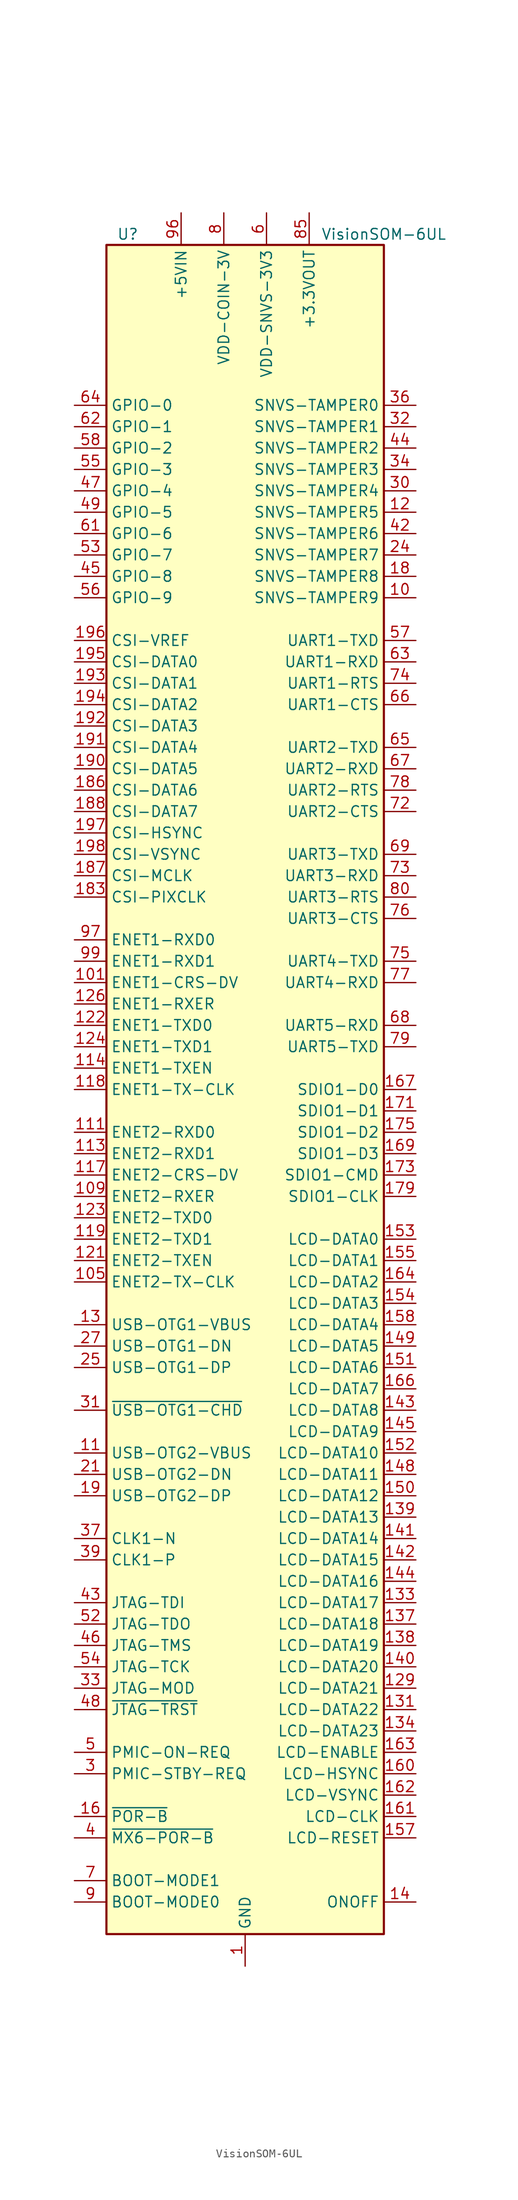
<source format=kicad_sym>
(kicad_symbol_lib
  (version 20200908)
  (generator kicad_symbol_editor)
  (symbol "MCU_Module:VisionSOM-6UL"
    (property "Reference" "U"
      (at -13.97 101.6 0)
      (effects (font (size 1.27 1.27))))
    (property "Value" "VisionSOM-6UL"
      (at 16.51 101.6 0)
      (effects (font (size 1.27 1.27))))
    (symbol "VisionSOM-6UL_0_1"
      (rectangle (start -16.51 100.33) (end 16.51 -100.33) (stroke (width 0.254)) (fill (type background))))
    (symbol "VisionSOM-6UL_1_1"
      (pin power_in line (at 0 -104.14 90) (length 3.81) (name "GND" (effects (font (size 1.27 1.27)))) (number "1" (effects (font (size 1.27 1.27)))))
      (pin bidirectional line (at 20.32 58.42 180) (length 3.81) (name "SNVS-TAMPER9" (effects (font (size 1.27 1.27)))) (number "10" (effects (font (size 1.27 1.27)))))
      (pin passive line (at -7.62 104.14 270) (length 3.81) hide (name "+5VIN" (effects (font (size 1.27 1.27)))) (number "100" (effects (font (size 1.27 1.27)))))
      (pin bidirectional line (at -20.32 12.7 0) (length 3.81) (name "ENET1-CRS-DV" (effects (font (size 1.27 1.27)))) (number "101" (effects (font (size 1.27 1.27)))))
      (pin passive line (at -7.62 104.14 270) (length 3.81) hide (name "+5VIN" (effects (font (size 1.27 1.27)))) (number "102" (effects (font (size 1.27 1.27)))))
      (pin passive line (at 0 -104.14 90) (length 3.81) hide (name "GND" (effects (font (size 1.27 1.27)))) (number "103" (effects (font (size 1.27 1.27)))))
      (pin passive line (at -7.62 104.14 270) (length 3.81) hide (name "+5VIN" (effects (font (size 1.27 1.27)))) (number "104" (effects (font (size 1.27 1.27)))))
      (pin bidirectional line (at -20.32 -22.86 0) (length 3.81) (name "ENET2-TX-CLK" (effects (font (size 1.27 1.27)))) (number "105" (effects (font (size 1.27 1.27)))))
      (pin passive line (at -7.62 104.14 270) (length 3.81) hide (name "+5VIN" (effects (font (size 1.27 1.27)))) (number "106" (effects (font (size 1.27 1.27)))))
      (pin passive line (at 0 -104.14 90) (length 3.81) hide (name "GND" (effects (font (size 1.27 1.27)))) (number "107" (effects (font (size 1.27 1.27)))))
      (pin passive line (at -7.62 104.14 270) (length 3.81) hide (name "+5VIN" (effects (font (size 1.27 1.27)))) (number "108" (effects (font (size 1.27 1.27)))))
      (pin bidirectional line (at -20.32 -12.7 0) (length 3.81) (name "ENET2-RXER" (effects (font (size 1.27 1.27)))) (number "109" (effects (font (size 1.27 1.27)))))
      (pin input line (at -20.32 -43.18 0) (length 3.81) (name "USB-OTG2-VBUS" (effects (font (size 1.27 1.27)))) (number "11" (effects (font (size 1.27 1.27)))))
      (pin passive line (at -7.62 104.14 270) (length 3.81) hide (name "+5VIN" (effects (font (size 1.27 1.27)))) (number "110" (effects (font (size 1.27 1.27)))))
      (pin bidirectional line (at -20.32 -5.08 0) (length 3.81) (name "ENET2-RXD0" (effects (font (size 1.27 1.27)))) (number "111" (effects (font (size 1.27 1.27)))))
      (pin passive line (at -7.62 104.14 270) (length 3.81) hide (name "+5VIN" (effects (font (size 1.27 1.27)))) (number "112" (effects (font (size 1.27 1.27)))))
      (pin bidirectional line (at -20.32 -7.62 0) (length 3.81) (name "ENET2-RXD1" (effects (font (size 1.27 1.27)))) (number "113" (effects (font (size 1.27 1.27)))))
      (pin bidirectional line (at -20.32 2.54 0) (length 3.81) (name "ENET1-TXEN" (effects (font (size 1.27 1.27)))) (number "114" (effects (font (size 1.27 1.27)))))
      (pin passive line (at 0 -104.14 90) (length 3.81) hide (name "GND" (effects (font (size 1.27 1.27)))) (number "115" (effects (font (size 1.27 1.27)))))
      (pin passive line (at 0 -104.14 90) (length 3.81) hide (name "GND" (effects (font (size 1.27 1.27)))) (number "116" (effects (font (size 1.27 1.27)))))
      (pin bidirectional line (at -20.32 -10.16 0) (length 3.81) (name "ENET2-CRS-DV" (effects (font (size 1.27 1.27)))) (number "117" (effects (font (size 1.27 1.27)))))
      (pin bidirectional line (at -20.32 0 0) (length 3.81) (name "ENET1-TX-CLK" (effects (font (size 1.27 1.27)))) (number "118" (effects (font (size 1.27 1.27)))))
      (pin bidirectional line (at -20.32 -17.78 0) (length 3.81) (name "ENET2-TXD1" (effects (font (size 1.27 1.27)))) (number "119" (effects (font (size 1.27 1.27)))))
      (pin bidirectional line (at 20.32 68.58 180) (length 3.81) (name "SNVS-TAMPER5" (effects (font (size 1.27 1.27)))) (number "12" (effects (font (size 1.27 1.27)))))
      (pin passive line (at 0 -104.14 90) (length 3.81) hide (name "GND" (effects (font (size 1.27 1.27)))) (number "120" (effects (font (size 1.27 1.27)))))
      (pin bidirectional line (at -20.32 -20.32 0) (length 3.81) (name "ENET2-TXEN" (effects (font (size 1.27 1.27)))) (number "121" (effects (font (size 1.27 1.27)))))
      (pin bidirectional line (at -20.32 7.62 0) (length 3.81) (name "ENET1-TXD0" (effects (font (size 1.27 1.27)))) (number "122" (effects (font (size 1.27 1.27)))))
      (pin bidirectional line (at -20.32 -15.24 0) (length 3.81) (name "ENET2-TXD0" (effects (font (size 1.27 1.27)))) (number "123" (effects (font (size 1.27 1.27)))))
      (pin bidirectional line (at -20.32 5.08 0) (length 3.81) (name "ENET1-TXD1" (effects (font (size 1.27 1.27)))) (number "124" (effects (font (size 1.27 1.27)))))
      (pin passive line (at 0 -104.14 90) (length 3.81) hide (name "GND" (effects (font (size 1.27 1.27)))) (number "125" (effects (font (size 1.27 1.27)))))
      (pin bidirectional line (at -20.32 10.16 0) (length 3.81) (name "ENET1-RXER" (effects (font (size 1.27 1.27)))) (number "126" (effects (font (size 1.27 1.27)))))
      (pin passive line (at 0 -104.14 90) (length 3.81) hide (name "GND" (effects (font (size 1.27 1.27)))) (number "127" (effects (font (size 1.27 1.27)))))
      (pin passive line (at 0 -104.14 90) (length 3.81) hide (name "GND" (effects (font (size 1.27 1.27)))) (number "128" (effects (font (size 1.27 1.27)))))
      (pin bidirectional line (at 20.32 -71.12 180) (length 3.81) (name "LCD-DATA21" (effects (font (size 1.27 1.27)))) (number "129" (effects (font (size 1.27 1.27)))))
      (pin input line (at -20.32 -27.94 0) (length 3.81) (name "USB-OTG1-VBUS" (effects (font (size 1.27 1.27)))) (number "13" (effects (font (size 1.27 1.27)))))
      (pin passive line (at 0 -104.14 90) (length 3.81) hide (name "GND" (effects (font (size 1.27 1.27)))) (number "130" (effects (font (size 1.27 1.27)))))
      (pin bidirectional line (at 20.32 -73.66 180) (length 3.81) (name "LCD-DATA22" (effects (font (size 1.27 1.27)))) (number "131" (effects (font (size 1.27 1.27)))))
      (pin passive line (at 0 -104.14 90) (length 3.81) hide (name "GND" (effects (font (size 1.27 1.27)))) (number "132" (effects (font (size 1.27 1.27)))))
      (pin bidirectional line (at 20.32 -60.96 180) (length 3.81) (name "LCD-DATA17" (effects (font (size 1.27 1.27)))) (number "133" (effects (font (size 1.27 1.27)))))
      (pin bidirectional line (at 20.32 -76.2 180) (length 3.81) (name "LCD-DATA23" (effects (font (size 1.27 1.27)))) (number "134" (effects (font (size 1.27 1.27)))))
      (pin passive line (at 0 -104.14 90) (length 3.81) hide (name "GND" (effects (font (size 1.27 1.27)))) (number "135" (effects (font (size 1.27 1.27)))))
      (pin passive line (at 0 -104.14 90) (length 3.81) hide (name "GND" (effects (font (size 1.27 1.27)))) (number "136" (effects (font (size 1.27 1.27)))))
      (pin bidirectional line (at 20.32 -63.5 180) (length 3.81) (name "LCD-DATA18" (effects (font (size 1.27 1.27)))) (number "137" (effects (font (size 1.27 1.27)))))
      (pin bidirectional line (at 20.32 -66.04 180) (length 3.81) (name "LCD-DATA19" (effects (font (size 1.27 1.27)))) (number "138" (effects (font (size 1.27 1.27)))))
      (pin bidirectional line (at 20.32 -50.8 180) (length 3.81) (name "LCD-DATA13" (effects (font (size 1.27 1.27)))) (number "139" (effects (font (size 1.27 1.27)))))
      (pin input line (at 20.32 -96.52 180) (length 3.81) (name "ONOFF" (effects (font (size 1.27 1.27)))) (number "14" (effects (font (size 1.27 1.27)))))
      (pin bidirectional line (at 20.32 -68.58 180) (length 3.81) (name "LCD-DATA20" (effects (font (size 1.27 1.27)))) (number "140" (effects (font (size 1.27 1.27)))))
      (pin bidirectional line (at 20.32 -53.34 180) (length 3.81) (name "LCD-DATA14" (effects (font (size 1.27 1.27)))) (number "141" (effects (font (size 1.27 1.27)))))
      (pin bidirectional line (at 20.32 -55.88 180) (length 3.81) (name "LCD-DATA15" (effects (font (size 1.27 1.27)))) (number "142" (effects (font (size 1.27 1.27)))))
      (pin bidirectional line (at 20.32 -38.1 180) (length 3.81) (name "LCD-DATA8" (effects (font (size 1.27 1.27)))) (number "143" (effects (font (size 1.27 1.27)))))
      (pin bidirectional line (at 20.32 -58.42 180) (length 3.81) (name "LCD-DATA16" (effects (font (size 1.27 1.27)))) (number "144" (effects (font (size 1.27 1.27)))))
      (pin bidirectional line (at 20.32 -40.64 180) (length 3.81) (name "LCD-DATA9" (effects (font (size 1.27 1.27)))) (number "145" (effects (font (size 1.27 1.27)))))
      (pin passive line (at 0 -104.14 90) (length 3.81) hide (name "GND" (effects (font (size 1.27 1.27)))) (number "146" (effects (font (size 1.27 1.27)))))
      (pin passive line (at 0 -104.14 90) (length 3.81) hide (name "GND" (effects (font (size 1.27 1.27)))) (number "147" (effects (font (size 1.27 1.27)))))
      (pin bidirectional line (at 20.32 -45.72 180) (length 3.81) (name "LCD-DATA11" (effects (font (size 1.27 1.27)))) (number "148" (effects (font (size 1.27 1.27)))))
      (pin bidirectional line (at 20.32 -30.48 180) (length 3.81) (name "LCD-DATA5" (effects (font (size 1.27 1.27)))) (number "149" (effects (font (size 1.27 1.27)))))
      (pin passive line (at 0 -104.14 90) (length 3.81) hide (name "GND" (effects (font (size 1.27 1.27)))) (number "15" (effects (font (size 1.27 1.27)))))
      (pin bidirectional line (at 20.32 -48.26 180) (length 3.81) (name "LCD-DATA12" (effects (font (size 1.27 1.27)))) (number "150" (effects (font (size 1.27 1.27)))))
      (pin bidirectional line (at 20.32 -33.02 180) (length 3.81) (name "LCD-DATA6" (effects (font (size 1.27 1.27)))) (number "151" (effects (font (size 1.27 1.27)))))
      (pin bidirectional line (at 20.32 -43.18 180) (length 3.81) (name "LCD-DATA10" (effects (font (size 1.27 1.27)))) (number "152" (effects (font (size 1.27 1.27)))))
      (pin bidirectional line (at 20.32 -17.78 180) (length 3.81) (name "LCD-DATA0" (effects (font (size 1.27 1.27)))) (number "153" (effects (font (size 1.27 1.27)))))
      (pin bidirectional line (at 20.32 -25.4 180) (length 3.81) (name "LCD-DATA3" (effects (font (size 1.27 1.27)))) (number "154" (effects (font (size 1.27 1.27)))))
      (pin bidirectional line (at 20.32 -20.32 180) (length 3.81) (name "LCD-DATA1" (effects (font (size 1.27 1.27)))) (number "155" (effects (font (size 1.27 1.27)))))
      (pin passive line (at 0 -104.14 90) (length 3.81) hide (name "GND" (effects (font (size 1.27 1.27)))) (number "156" (effects (font (size 1.27 1.27)))))
      (pin bidirectional line (at 20.32 -88.9 180) (length 3.81) (name "LCD-RESET" (effects (font (size 1.27 1.27)))) (number "157" (effects (font (size 1.27 1.27)))))
      (pin bidirectional line (at 20.32 -27.94 180) (length 3.81) (name "LCD-DATA4" (effects (font (size 1.27 1.27)))) (number "158" (effects (font (size 1.27 1.27)))))
      (pin passive line (at 0 -104.14 90) (length 3.81) hide (name "GND" (effects (font (size 1.27 1.27)))) (number "159" (effects (font (size 1.27 1.27)))))
      (pin input line (at -20.32 -86.36 0) (length 3.81) (name "~POR-B" (effects (font (size 1.27 1.27)))) (number "16" (effects (font (size 1.27 1.27)))))
      (pin bidirectional line (at 20.32 -81.28 180) (length 3.81) (name "LCD-HSYNC" (effects (font (size 1.27 1.27)))) (number "160" (effects (font (size 1.27 1.27)))))
      (pin bidirectional line (at 20.32 -86.36 180) (length 3.81) (name "LCD-CLK" (effects (font (size 1.27 1.27)))) (number "161" (effects (font (size 1.27 1.27)))))
      (pin bidirectional line (at 20.32 -83.82 180) (length 3.81) (name "LCD-VSYNC" (effects (font (size 1.27 1.27)))) (number "162" (effects (font (size 1.27 1.27)))))
      (pin bidirectional line (at 20.32 -78.74 180) (length 3.81) (name "LCD-ENABLE" (effects (font (size 1.27 1.27)))) (number "163" (effects (font (size 1.27 1.27)))))
      (pin bidirectional line (at 20.32 -22.86 180) (length 3.81) (name "LCD-DATA2" (effects (font (size 1.27 1.27)))) (number "164" (effects (font (size 1.27 1.27)))))
      (pin passive line (at 0 -104.14 90) (length 3.81) hide (name "GND" (effects (font (size 1.27 1.27)))) (number "165" (effects (font (size 1.27 1.27)))))
      (pin bidirectional line (at 20.32 -35.56 180) (length 3.81) (name "LCD-DATA7" (effects (font (size 1.27 1.27)))) (number "166" (effects (font (size 1.27 1.27)))))
      (pin bidirectional line (at 20.32 0 180) (length 3.81) (name "SDIO1-D0" (effects (font (size 1.27 1.27)))) (number "167" (effects (font (size 1.27 1.27)))))
      (pin passive line (at 0 -104.14 90) (length 3.81) hide (name "GND" (effects (font (size 1.27 1.27)))) (number "168" (effects (font (size 1.27 1.27)))))
      (pin bidirectional line (at 20.32 -7.62 180) (length 3.81) (name "SDIO1-D3" (effects (font (size 1.27 1.27)))) (number "169" (effects (font (size 1.27 1.27)))))
      (pin passive line (at 0 -104.14 90) (length 3.81) hide (name "GND" (effects (font (size 1.27 1.27)))) (number "17" (effects (font (size 1.27 1.27)))))
      (pin passive line (at 0 -104.14 90) (length 3.81) hide (name "GND" (effects (font (size 1.27 1.27)))) (number "170" (effects (font (size 1.27 1.27)))))
      (pin bidirectional line (at 20.32 -2.54 180) (length 3.81) (name "SDIO1-D1" (effects (font (size 1.27 1.27)))) (number "171" (effects (font (size 1.27 1.27)))))
      (pin passive line (at 0 -104.14 90) (length 3.81) hide (name "GND" (effects (font (size 1.27 1.27)))) (number "172" (effects (font (size 1.27 1.27)))))
      (pin bidirectional line (at 20.32 -10.16 180) (length 3.81) (name "SDIO1-CMD" (effects (font (size 1.27 1.27)))) (number "173" (effects (font (size 1.27 1.27)))))
      (pin passive line (at 0 -104.14 90) (length 3.81) hide (name "GND" (effects (font (size 1.27 1.27)))) (number "174" (effects (font (size 1.27 1.27)))))
      (pin bidirectional line (at 20.32 -5.08 180) (length 3.81) (name "SDIO1-D2" (effects (font (size 1.27 1.27)))) (number "175" (effects (font (size 1.27 1.27)))))
      (pin passive line (at 0 -104.14 90) (length 3.81) hide (name "GND" (effects (font (size 1.27 1.27)))) (number "176" (effects (font (size 1.27 1.27)))))
      (pin passive line (at 0 -104.14 90) (length 3.81) hide (name "GND" (effects (font (size 1.27 1.27)))) (number "177" (effects (font (size 1.27 1.27)))))
      (pin passive line (at 0 -104.14 90) (length 3.81) hide (name "GND" (effects (font (size 1.27 1.27)))) (number "178" (effects (font (size 1.27 1.27)))))
      (pin bidirectional line (at 20.32 -12.7 180) (length 3.81) (name "SDIO1-CLK" (effects (font (size 1.27 1.27)))) (number "179" (effects (font (size 1.27 1.27)))))
      (pin bidirectional line (at 20.32 60.96 180) (length 3.81) (name "SNVS-TAMPER8" (effects (font (size 1.27 1.27)))) (number "18" (effects (font (size 1.27 1.27)))))
      (pin passive line (at 0 -104.14 90) (length 3.81) hide (name "GND" (effects (font (size 1.27 1.27)))) (number "180" (effects (font (size 1.27 1.27)))))
      (pin passive line (at 0 -104.14 90) (length 3.81) hide (name "GND" (effects (font (size 1.27 1.27)))) (number "181" (effects (font (size 1.27 1.27)))))
      (pin passive line (at 0 -104.14 90) (length 3.81) hide (name "GND" (effects (font (size 1.27 1.27)))) (number "182" (effects (font (size 1.27 1.27)))))
      (pin bidirectional line (at -20.32 22.86 0) (length 3.81) (name "CSI-PIXCLK" (effects (font (size 1.27 1.27)))) (number "183" (effects (font (size 1.27 1.27)))))
      (pin passive line (at 0 -104.14 90) (length 3.81) hide (name "GND" (effects (font (size 1.27 1.27)))) (number "184" (effects (font (size 1.27 1.27)))))
      (pin passive line (at 0 -104.14 90) (length 3.81) hide (name "GND" (effects (font (size 1.27 1.27)))) (number "185" (effects (font (size 1.27 1.27)))))
      (pin bidirectional line (at -20.32 35.56 0) (length 3.81) (name "CSI-DATA6" (effects (font (size 1.27 1.27)))) (number "186" (effects (font (size 1.27 1.27)))))
      (pin bidirectional line (at -20.32 25.4 0) (length 3.81) (name "CSI-MCLK" (effects (font (size 1.27 1.27)))) (number "187" (effects (font (size 1.27 1.27)))))
      (pin bidirectional line (at -20.32 33.02 0) (length 3.81) (name "CSI-DATA7" (effects (font (size 1.27 1.27)))) (number "188" (effects (font (size 1.27 1.27)))))
      (pin passive line (at 0 -104.14 90) (length 3.81) hide (name "GND" (effects (font (size 1.27 1.27)))) (number "189" (effects (font (size 1.27 1.27)))))
      (pin bidirectional line (at -20.32 -48.26 0) (length 3.81) (name "USB-OTG2-DP" (effects (font (size 1.27 1.27)))) (number "19" (effects (font (size 1.27 1.27)))))
      (pin bidirectional line (at -20.32 38.1 0) (length 3.81) (name "CSI-DATA5" (effects (font (size 1.27 1.27)))) (number "190" (effects (font (size 1.27 1.27)))))
      (pin bidirectional line (at -20.32 40.64 0) (length 3.81) (name "CSI-DATA4" (effects (font (size 1.27 1.27)))) (number "191" (effects (font (size 1.27 1.27)))))
      (pin bidirectional line (at -20.32 43.18 0) (length 3.81) (name "CSI-DATA3" (effects (font (size 1.27 1.27)))) (number "192" (effects (font (size 1.27 1.27)))))
      (pin bidirectional line (at -20.32 48.26 0) (length 3.81) (name "CSI-DATA1" (effects (font (size 1.27 1.27)))) (number "193" (effects (font (size 1.27 1.27)))))
      (pin bidirectional line (at -20.32 45.72 0) (length 3.81) (name "CSI-DATA2" (effects (font (size 1.27 1.27)))) (number "194" (effects (font (size 1.27 1.27)))))
      (pin bidirectional line (at -20.32 50.8 0) (length 3.81) (name "CSI-DATA0" (effects (font (size 1.27 1.27)))) (number "195" (effects (font (size 1.27 1.27)))))
      (pin passive line (at -20.32 53.34 0) (length 3.81) (name "CSI-VREF" (effects (font (size 1.27 1.27)))) (number "196" (effects (font (size 1.27 1.27)))))
      (pin bidirectional line (at -20.32 30.48 0) (length 3.81) (name "CSI-HSYNC" (effects (font (size 1.27 1.27)))) (number "197" (effects (font (size 1.27 1.27)))))
      (pin bidirectional line (at -20.32 27.94 0) (length 3.81) (name "CSI-VSYNC" (effects (font (size 1.27 1.27)))) (number "198" (effects (font (size 1.27 1.27)))))
      (pin passive line (at 0 -104.14 90) (length 3.81) hide (name "GND" (effects (font (size 1.27 1.27)))) (number "199" (effects (font (size 1.27 1.27)))))
      (pin passive line (at 0 -104.14 90) (length 3.81) hide (name "GND" (effects (font (size 1.27 1.27)))) (number "2" (effects (font (size 1.27 1.27)))))
      (pin passive line (at 0 -104.14 90) (length 3.81) hide (name "GND" (effects (font (size 1.27 1.27)))) (number "20" (effects (font (size 1.27 1.27)))))
      (pin passive line (at 0 -104.14 90) (length 3.81) hide (name "GND" (effects (font (size 1.27 1.27)))) (number "200" (effects (font (size 1.27 1.27)))))
      (pin bidirectional line (at -20.32 -45.72 0) (length 3.81) (name "USB-OTG2-DN" (effects (font (size 1.27 1.27)))) (number "21" (effects (font (size 1.27 1.27)))))
      (pin passive line (at 0 -104.14 90) (length 3.81) hide (name "GND" (effects (font (size 1.27 1.27)))) (number "22" (effects (font (size 1.27 1.27)))))
      (pin passive line (at 0 -104.14 90) (length 3.81) hide (name "GND" (effects (font (size 1.27 1.27)))) (number "23" (effects (font (size 1.27 1.27)))))
      (pin bidirectional line (at 20.32 63.5 180) (length 3.81) (name "SNVS-TAMPER7" (effects (font (size 1.27 1.27)))) (number "24" (effects (font (size 1.27 1.27)))))
      (pin bidirectional line (at -20.32 -33.02 0) (length 3.81) (name "USB-OTG1-DP" (effects (font (size 1.27 1.27)))) (number "25" (effects (font (size 1.27 1.27)))))
      (pin passive line (at 0 -104.14 90) (length 3.81) hide (name "GND" (effects (font (size 1.27 1.27)))) (number "26" (effects (font (size 1.27 1.27)))))
      (pin bidirectional line (at -20.32 -30.48 0) (length 3.81) (name "USB-OTG1-DN" (effects (font (size 1.27 1.27)))) (number "27" (effects (font (size 1.27 1.27)))))
      (pin passive line (at 0 -104.14 90) (length 3.81) hide (name "GND" (effects (font (size 1.27 1.27)))) (number "28" (effects (font (size 1.27 1.27)))))
      (pin passive line (at 0 -104.14 90) (length 3.81) hide (name "GND" (effects (font (size 1.27 1.27)))) (number "29" (effects (font (size 1.27 1.27)))))
      (pin output line (at -20.32 -81.28 0) (length 3.81) (name "PMIC-STBY-REQ" (effects (font (size 1.27 1.27)))) (number "3" (effects (font (size 1.27 1.27)))))
      (pin bidirectional line (at 20.32 71.12 180) (length 3.81) (name "SNVS-TAMPER4" (effects (font (size 1.27 1.27)))) (number "30" (effects (font (size 1.27 1.27)))))
      (pin open_collector line (at -20.32 -38.1 0) (length 3.81) (name "~USB-OTG1-CHD" (effects (font (size 1.27 1.27)))) (number "31" (effects (font (size 1.27 1.27)))))
      (pin bidirectional line (at 20.32 78.74 180) (length 3.81) (name "SNVS-TAMPER1" (effects (font (size 1.27 1.27)))) (number "32" (effects (font (size 1.27 1.27)))))
      (pin bidirectional line (at -20.32 -71.12 0) (length 3.81) (name "JTAG-MOD" (effects (font (size 1.27 1.27)))) (number "33" (effects (font (size 1.27 1.27)))))
      (pin bidirectional line (at 20.32 73.66 180) (length 3.81) (name "SNVS-TAMPER3" (effects (font (size 1.27 1.27)))) (number "34" (effects (font (size 1.27 1.27)))))
      (pin passive line (at 0 -104.14 90) (length 3.81) hide (name "GND" (effects (font (size 1.27 1.27)))) (number "35" (effects (font (size 1.27 1.27)))))
      (pin bidirectional line (at 20.32 81.28 180) (length 3.81) (name "SNVS-TAMPER0" (effects (font (size 1.27 1.27)))) (number "36" (effects (font (size 1.27 1.27)))))
      (pin bidirectional line (at -20.32 -53.34 0) (length 3.81) (name "CLK1-N" (effects (font (size 1.27 1.27)))) (number "37" (effects (font (size 1.27 1.27)))))
      (pin passive line (at 0 -104.14 90) (length 3.81) hide (name "GND" (effects (font (size 1.27 1.27)))) (number "38" (effects (font (size 1.27 1.27)))))
      (pin bidirectional line (at -20.32 -55.88 0) (length 3.81) (name "CLK1-P" (effects (font (size 1.27 1.27)))) (number "39" (effects (font (size 1.27 1.27)))))
      (pin input line (at -20.32 -88.9 0) (length 3.81) (name "~MX6-POR-B" (effects (font (size 1.27 1.27)))) (number "4" (effects (font (size 1.27 1.27)))))
      (pin passive line (at 0 -104.14 90) (length 3.81) hide (name "GND" (effects (font (size 1.27 1.27)))) (number "40" (effects (font (size 1.27 1.27)))))
      (pin passive line (at 0 -104.14 90) (length 3.81) hide (name "GND" (effects (font (size 1.27 1.27)))) (number "41" (effects (font (size 1.27 1.27)))))
      (pin bidirectional line (at 20.32 66.04 180) (length 3.81) (name "SNVS-TAMPER6" (effects (font (size 1.27 1.27)))) (number "42" (effects (font (size 1.27 1.27)))))
      (pin bidirectional line (at -20.32 -60.96 0) (length 3.81) (name "JTAG-TDI" (effects (font (size 1.27 1.27)))) (number "43" (effects (font (size 1.27 1.27)))))
      (pin bidirectional line (at 20.32 76.2 180) (length 3.81) (name "SNVS-TAMPER2" (effects (font (size 1.27 1.27)))) (number "44" (effects (font (size 1.27 1.27)))))
      (pin bidirectional line (at -20.32 60.96 0) (length 3.81) (name "GPIO-8" (effects (font (size 1.27 1.27)))) (number "45" (effects (font (size 1.27 1.27)))))
      (pin bidirectional line (at -20.32 -66.04 0) (length 3.81) (name "JTAG-TMS" (effects (font (size 1.27 1.27)))) (number "46" (effects (font (size 1.27 1.27)))))
      (pin bidirectional line (at -20.32 71.12 0) (length 3.81) (name "GPIO-4" (effects (font (size 1.27 1.27)))) (number "47" (effects (font (size 1.27 1.27)))))
      (pin bidirectional line (at -20.32 -73.66 0) (length 3.81) (name "~JTAG-TRST" (effects (font (size 1.27 1.27)))) (number "48" (effects (font (size 1.27 1.27)))))
      (pin bidirectional line (at -20.32 68.58 0) (length 3.81) (name "GPIO-5" (effects (font (size 1.27 1.27)))) (number "49" (effects (font (size 1.27 1.27)))))
      (pin output line (at -20.32 -78.74 0) (length 3.81) (name "PMIC-ON-REQ" (effects (font (size 1.27 1.27)))) (number "5" (effects (font (size 1.27 1.27)))))
      (pin passive line (at 0 -104.14 90) (length 3.81) hide (name "GND" (effects (font (size 1.27 1.27)))) (number "50" (effects (font (size 1.27 1.27)))))
      (pin passive line (at 0 -104.14 90) (length 3.81) hide (name "GND" (effects (font (size 1.27 1.27)))) (number "51" (effects (font (size 1.27 1.27)))))
      (pin bidirectional line (at -20.32 -63.5 0) (length 3.81) (name "JTAG-TDO" (effects (font (size 1.27 1.27)))) (number "52" (effects (font (size 1.27 1.27)))))
      (pin bidirectional line (at -20.32 63.5 0) (length 3.81) (name "GPIO-7" (effects (font (size 1.27 1.27)))) (number "53" (effects (font (size 1.27 1.27)))))
      (pin bidirectional line (at -20.32 -68.58 0) (length 3.81) (name "JTAG-TCK" (effects (font (size 1.27 1.27)))) (number "54" (effects (font (size 1.27 1.27)))))
      (pin bidirectional line (at -20.32 73.66 0) (length 3.81) (name "GPIO-3" (effects (font (size 1.27 1.27)))) (number "55" (effects (font (size 1.27 1.27)))))
      (pin bidirectional line (at -20.32 58.42 0) (length 3.81) (name "GPIO-9" (effects (font (size 1.27 1.27)))) (number "56" (effects (font (size 1.27 1.27)))))
      (pin bidirectional line (at 20.32 53.34 180) (length 3.81) (name "UART1-TXD" (effects (font (size 1.27 1.27)))) (number "57" (effects (font (size 1.27 1.27)))))
      (pin bidirectional line (at -20.32 76.2 0) (length 3.81) (name "GPIO-2" (effects (font (size 1.27 1.27)))) (number "58" (effects (font (size 1.27 1.27)))))
      (pin passive line (at 0 -104.14 90) (length 3.81) hide (name "GND" (effects (font (size 1.27 1.27)))) (number "59" (effects (font (size 1.27 1.27)))))
      (pin power_in line (at 2.54 104.14 270) (length 3.81) (name "VDD-SNVS-3V3" (effects (font (size 1.27 1.27)))) (number "6" (effects (font (size 1.27 1.27)))))
      (pin passive line (at 0 -104.14 90) (length 3.81) hide (name "GND" (effects (font (size 1.27 1.27)))) (number "60" (effects (font (size 1.27 1.27)))))
      (pin bidirectional line (at -20.32 66.04 0) (length 3.81) (name "GPIO-6" (effects (font (size 1.27 1.27)))) (number "61" (effects (font (size 1.27 1.27)))))
      (pin bidirectional line (at -20.32 78.74 0) (length 3.81) (name "GPIO-1" (effects (font (size 1.27 1.27)))) (number "62" (effects (font (size 1.27 1.27)))))
      (pin bidirectional line (at 20.32 50.8 180) (length 3.81) (name "UART1-RXD" (effects (font (size 1.27 1.27)))) (number "63" (effects (font (size 1.27 1.27)))))
      (pin bidirectional line (at -20.32 81.28 0) (length 3.81) (name "GPIO-0" (effects (font (size 1.27 1.27)))) (number "64" (effects (font (size 1.27 1.27)))))
      (pin bidirectional line (at 20.32 40.64 180) (length 3.81) (name "UART2-TXD" (effects (font (size 1.27 1.27)))) (number "65" (effects (font (size 1.27 1.27)))))
      (pin bidirectional line (at 20.32 45.72 180) (length 3.81) (name "UART1-CTS" (effects (font (size 1.27 1.27)))) (number "66" (effects (font (size 1.27 1.27)))))
      (pin bidirectional line (at 20.32 38.1 180) (length 3.81) (name "UART2-RXD" (effects (font (size 1.27 1.27)))) (number "67" (effects (font (size 1.27 1.27)))))
      (pin bidirectional line (at 20.32 7.62 180) (length 3.81) (name "UART5-RXD" (effects (font (size 1.27 1.27)))) (number "68" (effects (font (size 1.27 1.27)))))
      (pin bidirectional line (at 20.32 27.94 180) (length 3.81) (name "UART3-TXD" (effects (font (size 1.27 1.27)))) (number "69" (effects (font (size 1.27 1.27)))))
      (pin input line (at -20.32 -93.98 0) (length 3.81) (name "BOOT-MODE1" (effects (font (size 1.27 1.27)))) (number "7" (effects (font (size 1.27 1.27)))))
      (pin passive line (at 0 -104.14 90) (length 3.81) hide (name "GND" (effects (font (size 1.27 1.27)))) (number "70" (effects (font (size 1.27 1.27)))))
      (pin passive line (at 0 -104.14 90) (length 3.81) hide (name "GND" (effects (font (size 1.27 1.27)))) (number "71" (effects (font (size 1.27 1.27)))))
      (pin bidirectional line (at 20.32 33.02 180) (length 3.81) (name "UART2-CTS" (effects (font (size 1.27 1.27)))) (number "72" (effects (font (size 1.27 1.27)))))
      (pin bidirectional line (at 20.32 25.4 180) (length 3.81) (name "UART3-RXD" (effects (font (size 1.27 1.27)))) (number "73" (effects (font (size 1.27 1.27)))))
      (pin bidirectional line (at 20.32 48.26 180) (length 3.81) (name "UART1-RTS" (effects (font (size 1.27 1.27)))) (number "74" (effects (font (size 1.27 1.27)))))
      (pin bidirectional line (at 20.32 15.24 180) (length 3.81) (name "UART4-TXD" (effects (font (size 1.27 1.27)))) (number "75" (effects (font (size 1.27 1.27)))))
      (pin bidirectional line (at 20.32 20.32 180) (length 3.81) (name "UART3-CTS" (effects (font (size 1.27 1.27)))) (number "76" (effects (font (size 1.27 1.27)))))
      (pin bidirectional line (at 20.32 12.7 180) (length 3.81) (name "UART4-RXD" (effects (font (size 1.27 1.27)))) (number "77" (effects (font (size 1.27 1.27)))))
      (pin bidirectional line (at 20.32 35.56 180) (length 3.81) (name "UART2-RTS" (effects (font (size 1.27 1.27)))) (number "78" (effects (font (size 1.27 1.27)))))
      (pin bidirectional line (at 20.32 5.08 180) (length 3.81) (name "UART5-TXD" (effects (font (size 1.27 1.27)))) (number "79" (effects (font (size 1.27 1.27)))))
      (pin power_in line (at -2.54 104.14 270) (length 3.81) (name "VDD-COIN-3V" (effects (font (size 1.27 1.27)))) (number "8" (effects (font (size 1.27 1.27)))))
      (pin bidirectional line (at 20.32 22.86 180) (length 3.81) (name "UART3-RTS" (effects (font (size 1.27 1.27)))) (number "80" (effects (font (size 1.27 1.27)))))
      (pin passive line (at 0 -104.14 90) (length 3.81) hide (name "GND" (effects (font (size 1.27 1.27)))) (number "81" (effects (font (size 1.27 1.27)))))
      (pin passive line (at 0 -104.14 90) (length 3.81) hide (name "GND" (effects (font (size 1.27 1.27)))) (number "82" (effects (font (size 1.27 1.27)))))
      (pin unconnected line (at 15.24 -93.98 180) (length 3.81) hide (name "NC" (effects (font (size 1.27 1.27)))) (number "83" (effects (font (size 1.27 1.27)))))
      (pin passive line (at 0 -104.14 90) (length 3.81) hide (name "GND" (effects (font (size 1.27 1.27)))) (number "84" (effects (font (size 1.27 1.27)))))
      (pin power_out line (at 7.62 104.14 270) (length 3.81) (name "+3.3VOUT" (effects (font (size 1.27 1.27)))) (number "85" (effects (font (size 1.27 1.27)))))
      (pin unconnected line (at -15.24 -76.2 0) (length 2.54) hide (name "NC" (effects (font (size 1.27 1.27)))) (number "86" (effects (font (size 1.27 1.27)))))
      (pin passive line (at 7.62 104.14 270) (length 3.81) hide (name "+3.3VOUT" (effects (font (size 1.27 1.27)))) (number "87" (effects (font (size 1.27 1.27)))))
      (pin passive line (at 7.62 104.14 270) (length 3.81) hide (name "+3.3VOUT" (effects (font (size 1.27 1.27)))) (number "88" (effects (font (size 1.27 1.27)))))
      (pin passive line (at 7.62 104.14 270) (length 3.81) hide (name "+3.3VOUT" (effects (font (size 1.27 1.27)))) (number "89" (effects (font (size 1.27 1.27)))))
      (pin input line (at -20.32 -96.52 0) (length 3.81) (name "BOOT-MODE0" (effects (font (size 1.27 1.27)))) (number "9" (effects (font (size 1.27 1.27)))))
      (pin passive line (at 7.62 104.14 270) (length 3.81) hide (name "+3.3VOUT" (effects (font (size 1.27 1.27)))) (number "90" (effects (font (size 1.27 1.27)))))
      (pin passive line (at 7.62 104.14 270) (length 3.81) hide (name "+3.3VOUT" (effects (font (size 1.27 1.27)))) (number "91" (effects (font (size 1.27 1.27)))))
      (pin passive line (at 7.62 104.14 270) (length 3.81) hide (name "+3.3VOUT" (effects (font (size 1.27 1.27)))) (number "92" (effects (font (size 1.27 1.27)))))
      (pin passive line (at 7.62 104.14 270) (length 3.81) hide (name "+3.3VOUT" (effects (font (size 1.27 1.27)))) (number "93" (effects (font (size 1.27 1.27)))))
      (pin unconnected line (at -15.24 -83.82 0) (length 2.54) hide (name "NC" (effects (font (size 1.27 1.27)))) (number "94" (effects (font (size 1.27 1.27)))))
      (pin unconnected line (at -15.24 -91.44 0) (length 2.54) hide (name "NC" (effects (font (size 1.27 1.27)))) (number "95" (effects (font (size 1.27 1.27)))))
      (pin power_in line (at -7.62 104.14 270) (length 3.81) (name "+5VIN" (effects (font (size 1.27 1.27)))) (number "96" (effects (font (size 1.27 1.27)))))
      (pin bidirectional line (at -20.32 17.78 0) (length 3.81) (name "ENET1-RXD0" (effects (font (size 1.27 1.27)))) (number "97" (effects (font (size 1.27 1.27)))))
      (pin passive line (at -7.62 104.14 270) (length 3.81) hide (name "+5VIN" (effects (font (size 1.27 1.27)))) (number "98" (effects (font (size 1.27 1.27)))))
      (pin bidirectional line (at -20.32 15.24 0) (length 3.81) (name "ENET1-RXD1" (effects (font (size 1.27 1.27)))) (number "99" (effects (font (size 1.27 1.27))))))))
</source>
